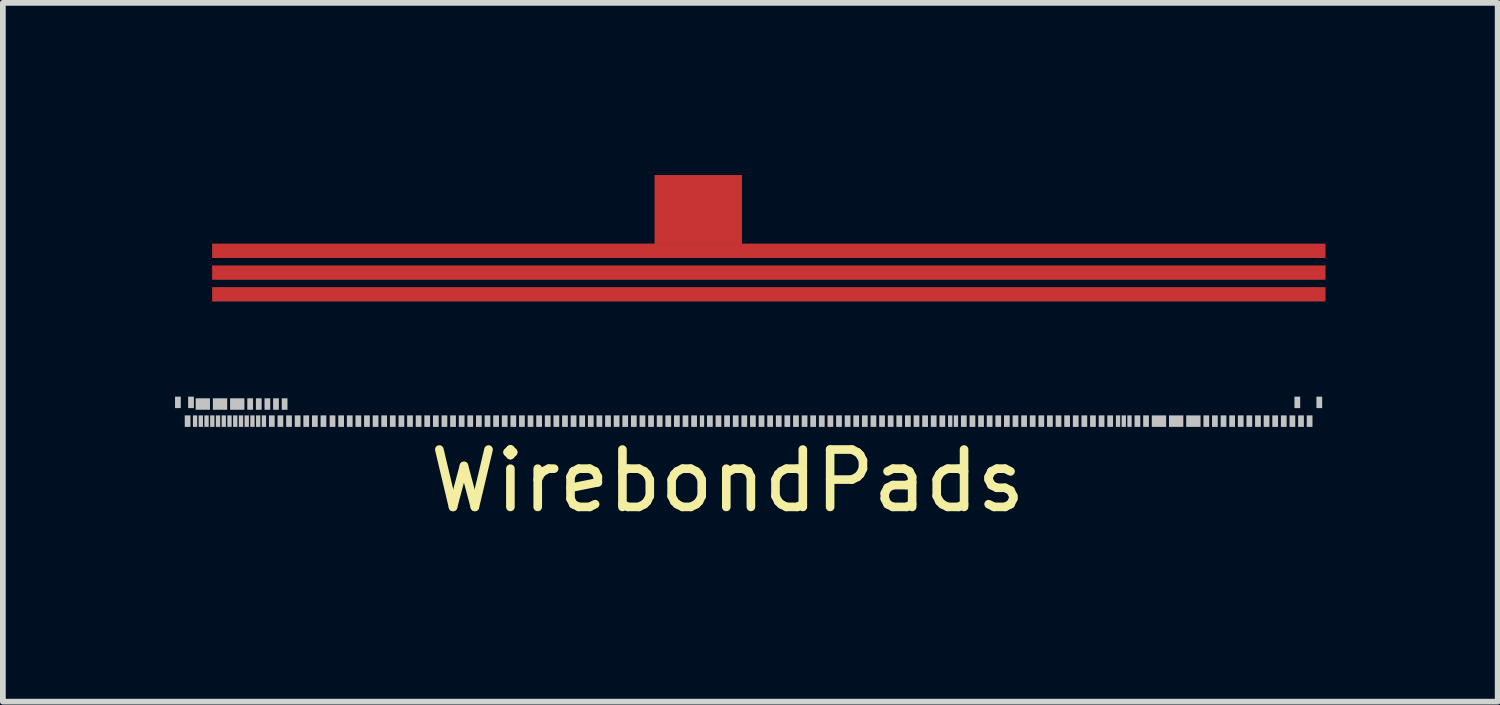
<source format=kicad_pcb>
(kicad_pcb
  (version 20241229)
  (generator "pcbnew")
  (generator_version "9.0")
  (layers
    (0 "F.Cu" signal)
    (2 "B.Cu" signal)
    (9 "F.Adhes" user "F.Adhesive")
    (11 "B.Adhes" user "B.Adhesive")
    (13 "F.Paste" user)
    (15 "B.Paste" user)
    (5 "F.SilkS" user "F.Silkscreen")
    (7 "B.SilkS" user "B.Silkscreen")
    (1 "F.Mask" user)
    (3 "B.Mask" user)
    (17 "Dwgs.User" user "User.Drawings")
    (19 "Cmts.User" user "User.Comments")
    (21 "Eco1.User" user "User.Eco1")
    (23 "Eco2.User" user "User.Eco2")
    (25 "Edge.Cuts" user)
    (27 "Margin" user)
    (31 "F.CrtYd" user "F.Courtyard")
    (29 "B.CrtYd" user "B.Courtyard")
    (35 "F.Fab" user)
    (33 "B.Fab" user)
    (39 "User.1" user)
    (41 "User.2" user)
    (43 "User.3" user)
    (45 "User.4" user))
  (footprint "WirebondPads"
    (layer "F.Cu")
    (at 0.9 1.24)
    (property "Reference" "WirebondPads" (at 8.729 4.088 0) (layer "F.SilkS") (effects (font (size 1 1) (thickness 0.15))))
    (attr through_hole)
    (pad "" smd rect (at -0.85 2.721) (size 0.1 0.2) (layers "Dwgs.User"))
    (pad "" smd rect (at -0.681 3.048) (size 0.1 0.2) (layers "Dwgs.User"))
    (pad "" smd rect (at -0.622 2.721) (size 0.1 0.2) (layers "Dwgs.User"))
    (pad "" smd rect (at -0.551 3.048) (size 0.075 0.2) (layers "Dwgs.User"))
    (pad "" smd rect (at -0.451 3.048) (size 0.075 0.2) (layers "Dwgs.User"))
    (pad "" smd rect (at -0.416 2.75) (size 0.25 0.2) (layers "Dwgs.User"))
    (pad "" smd rect (at -0.351 3.048) (size 0.075 0.2) (layers "Dwgs.User"))
    (pad "" smd rect (at -0.251 3.048) (size 0.075 0.2) (layers "Dwgs.User"))
    (pad "" smd rect (at -0.151 3.048) (size 0.075 0.2) (layers "Dwgs.User"))
    (pad "" smd rect (at -0.116 2.75) (size 0.25 0.2) (layers "Dwgs.User"))
    (pad "" smd rect (at -0.051 3.048) (size 0.075 0.2) (layers "Dwgs.User"))
    (pad "" smd rect (at 0.049 3.048) (size 0.075 0.2) (layers "Dwgs.User"))
    (pad "" smd rect (at 0.149 3.048) (size 0.075 0.2) (layers "Dwgs.User"))
    (pad "" smd rect (at 0.184 2.75) (size 0.25 0.2) (layers "Dwgs.User"))
    (pad "" smd rect (at 0.249 3.048) (size 0.075 0.2) (layers "Dwgs.User"))
    (pad "" smd rect (at 0.349 3.048) (size 0.075 0.2) (layers "Dwgs.User"))
    (pad "" smd rect (at 0.409 2.75) (size 0.1 0.2) (layers "Dwgs.User"))
    (pad "" smd rect (at 0.449 3.048) (size 0.075 0.2) (layers "Dwgs.User"))
    (pad "" smd rect (at 0.549 3.048) (size 0.075 0.2) (layers "Dwgs.User"))
    (pad "" smd rect (at 0.559 2.75) (size 0.1 0.2) (layers "Dwgs.User"))
    (pad "" smd rect (at 0.649 3.048) (size 0.075 0.2) (layers "Dwgs.User"))
    (pad "" smd rect (at 0.709 2.75) (size 0.1 0.2) (layers "Dwgs.User"))
    (pad "" smd rect (at 0.786 3.048) (size 0.1 0.2) (layers "Dwgs.User"))
    (pad "" smd rect (at 0.859 2.75) (size 0.1 0.2) (layers "Dwgs.User"))
    (pad "" smd rect (at 0.936 3.048) (size 0.1 0.2) (layers "Dwgs.User"))
    (pad "" smd rect (at 1.009 2.75) (size 0.1 0.2) (layers "Dwgs.User"))
    (pad "" smd rect (at 1.086 3.048) (size 0.1 0.2) (layers "Dwgs.User"))
    (pad "" smd rect (at 1.236 3.048) (size 0.1 0.2) (layers "Dwgs.User"))
    (pad "" smd rect (at 1.386 3.048) (size 0.1 0.2) (layers "Dwgs.User"))
    (pad "" smd rect (at 1.536 3.048) (size 0.1 0.2) (layers "Dwgs.User"))
    (pad "" smd rect (at 1.686 3.048) (size 0.1 0.2) (layers "Dwgs.User"))
    (pad "" smd rect (at 1.844 3.048) (size 0.1 0.2) (layers "Dwgs.User"))
    (pad "" smd rect (at 1.994 3.048) (size 0.1 0.2) (layers "Dwgs.User"))
    (pad "" smd rect (at 2.144 3.048) (size 0.1 0.2) (layers "Dwgs.User"))
    (pad "" smd rect (at 2.294 3.048) (size 0.1 0.2) (layers "Dwgs.User"))
    (pad "" smd rect (at 2.444 3.048) (size 0.1 0.2) (layers "Dwgs.User"))
    (pad "" smd rect (at 2.594 3.048) (size 0.1 0.2) (layers "Dwgs.User"))
    (pad "" smd rect (at 2.744 3.048) (size 0.1 0.2) (layers "Dwgs.User"))
    (pad "" smd rect (at 2.894 3.048) (size 0.1 0.2) (layers "Dwgs.User"))
    (pad "" smd rect (at 3.044 3.048) (size 0.1 0.2) (layers "Dwgs.User"))
    (pad "" smd rect (at 3.194 3.048) (size 0.1 0.2) (layers "Dwgs.User"))
    (pad "" smd rect (at 3.344 3.048) (size 0.1 0.2) (layers "Dwgs.User"))
    (pad "" smd rect (at 3.494 3.048) (size 0.1 0.2) (layers "Dwgs.User"))
    (pad "" smd rect (at 3.644 3.048) (size 0.1 0.2) (layers "Dwgs.User"))
    (pad "" smd rect (at 3.794 3.048) (size 0.1 0.2) (layers "Dwgs.User"))
    (pad "" smd rect (at 3.944 3.048) (size 0.1 0.2) (layers "Dwgs.User"))
    (pad "" smd rect (at 4.094 3.048) (size 0.1 0.2) (layers "Dwgs.User"))
    (pad "" smd rect (at 4.244 3.048) (size 0.1 0.2) (layers "Dwgs.User"))
    (pad "" smd rect (at 4.394 3.048) (size 0.1 0.2) (layers "Dwgs.User"))
    (pad "" smd rect (at 4.544 3.048) (size 0.1 0.2) (layers "Dwgs.User"))
    (pad "" smd rect (at 4.694 3.048) (size 0.1 0.2) (layers "Dwgs.User"))
    (pad "" smd rect (at 4.844 3.048) (size 0.1 0.2) (layers "Dwgs.User"))
    (pad "" smd rect (at 4.994 3.048) (size 0.1 0.2) (layers "Dwgs.User"))
    (pad "" smd rect (at 5.144 3.048) (size 0.1 0.2) (layers "Dwgs.User"))
    (pad "" smd rect (at 5.294 3.048) (size 0.1 0.2) (layers "Dwgs.User"))
    (pad "" smd rect (at 5.444 3.048) (size 0.1 0.2) (layers "Dwgs.User"))
    (pad "" smd rect (at 5.594 3.048) (size 0.1 0.2) (layers "Dwgs.User"))
    (pad "" smd rect (at 5.744 3.048) (size 0.1 0.2) (layers "Dwgs.User"))
    (pad "" smd rect (at 5.894 3.048) (size 0.1 0.2) (layers "Dwgs.User"))
    (pad "" smd rect (at 6.044 3.048) (size 0.1 0.2) (layers "Dwgs.User"))
    (pad "" smd rect (at 6.194 3.048) (size 0.1 0.2) (layers "Dwgs.User"))
    (pad "" smd rect (at 6.344 3.048) (size 0.1 0.2) (layers "Dwgs.User"))
    (pad "" smd rect (at 6.494 3.048) (size 0.1 0.2) (layers "Dwgs.User"))
    (pad "" smd rect (at 6.644 3.048) (size 0.1 0.2) (layers "Dwgs.User"))
    (pad "" smd rect (at 6.794 3.048) (size 0.1 0.2) (layers "Dwgs.User"))
    (pad "" smd rect (at 6.944 3.048) (size 0.1 0.2) (layers "Dwgs.User"))
    (pad "" smd rect (at 7.094 3.048) (size 0.1 0.2) (layers "Dwgs.User"))
    (pad "" smd rect (at 7.244 3.048) (size 0.1 0.2) (layers "Dwgs.User"))
    (pad "" smd rect (at 7.394 3.048) (size 0.1 0.2) (layers "Dwgs.User"))
    (pad "" smd rect (at 7.544 3.048) (size 0.1 0.2) (layers "Dwgs.User"))
    (pad "" smd rect (at 7.694 3.048) (size 0.1 0.2) (layers "Dwgs.User"))
    (pad "" smd rect (at 7.844 3.048) (size 0.1 0.2) (layers "Dwgs.User"))
    (pad "" smd rect (at 7.994 3.048) (size 0.1 0.2) (layers "Dwgs.User"))
    (pad "" smd rect (at 8.144 3.048) (size 0.1 0.2) (layers "Dwgs.User"))
    (pad "" smd rect (at 8.282 3.048) (size 0.075 0.2) (layers "Dwgs.User"))
    (pad "" smd rect (at 8.419 3.048) (size 0.1 0.2) (layers "Dwgs.User"))
    (pad "" smd rect (at 8.569 3.048) (size 0.1 0.2) (layers "Dwgs.User"))
    (pad "" smd rect (at 8.719 3.048) (size 0.1 0.2) (layers "Dwgs.User"))
    (pad "" smd rect (at 8.869 3.048) (size 0.1 0.2) (layers "Dwgs.User"))
    (pad "" smd rect (at 9.019 3.048) (size 0.1 0.2) (layers "Dwgs.User"))
    (pad "" smd rect (at 9.169 3.048) (size 0.1 0.2) (layers "Dwgs.User"))
    (pad "" smd rect (at 9.319 3.048) (size 0.1 0.2) (layers "Dwgs.User"))
    (pad "" smd rect (at 9.469 3.048) (size 0.1 0.2) (layers "Dwgs.User"))
    (pad "" smd rect (at 9.619 3.048) (size 0.1 0.2) (layers "Dwgs.User"))
    (pad "" smd rect (at 9.769 3.048) (size 0.1 0.2) (layers "Dwgs.User"))
    (pad "" smd rect (at 9.919 3.048) (size 0.1 0.2) (layers "Dwgs.User"))
    (pad "" smd rect (at 10.069 3.048) (size 0.1 0.2) (layers "Dwgs.User"))
    (pad "" smd rect (at 10.219 3.048) (size 0.1 0.2) (layers "Dwgs.User"))
    (pad "" smd rect (at 10.369 3.048) (size 0.1 0.2) (layers "Dwgs.User"))
    (pad "" smd rect (at 10.519 3.048) (size 0.1 0.2) (layers "Dwgs.User"))
    (pad "" smd rect (at 10.669 3.048) (size 0.1 0.2) (layers "Dwgs.User"))
    (pad "" smd rect (at 10.819 3.048) (size 0.1 0.2) (layers "Dwgs.User"))
    (pad "" smd rect (at 10.969 3.048) (size 0.1 0.2) (layers "Dwgs.User"))
    (pad "" smd rect (at 11.119 3.048) (size 0.1 0.2) (layers "Dwgs.User"))
    (pad "" smd rect (at 11.269 3.048) (size 0.1 0.2) (layers "Dwgs.User"))
    (pad "" smd rect (at 11.419 3.048) (size 0.1 0.2) (layers "Dwgs.User"))
    (pad "" smd rect (at 11.569 3.048) (size 0.1 0.2) (layers "Dwgs.User"))
    (pad "" smd rect (at 11.719 3.048) (size 0.1 0.2) (layers "Dwgs.User"))
    (pad "" smd rect (at 11.869 3.048) (size 0.1 0.2) (layers "Dwgs.User"))
    (pad "" smd rect (at 12.019 3.048) (size 0.1 0.2) (layers "Dwgs.User"))
    (pad "" smd rect (at 12.169 3.048) (size 0.1 0.2) (layers "Dwgs.User"))
    (pad "" smd rect (at 12.319 3.048) (size 0.1 0.2) (layers "Dwgs.User"))
    (pad "" smd rect (at 12.469 3.048) (size 0.1 0.2) (layers "Dwgs.User"))
    (pad "" smd rect (at 12.607 3.048) (size 0.075 0.2) (layers "Dwgs.User"))
    (pad "" smd rect (at 12.707 3.048) (size 0.075 0.2) (layers "Dwgs.User"))
    (pad "" smd rect (at 12.844 3.048) (size 0.1 0.2) (layers "Dwgs.User"))
    (pad "" smd rect (at 12.994 3.048) (size 0.1 0.2) (layers "Dwgs.User"))
    (pad "" smd rect (at 13.144 3.048) (size 0.1 0.2) (layers "Dwgs.User"))
    (pad "" smd rect (at 13.294 3.048) (size 0.1 0.2) (layers "Dwgs.User"))
    (pad "" smd rect (at 13.444 3.048) (size 0.1 0.2) (layers "Dwgs.User"))
    (pad "" smd rect (at 13.594 3.048) (size 0.1 0.2) (layers "Dwgs.User"))
    (pad "" smd rect (at 13.744 3.048) (size 0.1 0.2) (layers "Dwgs.User"))
    (pad "" smd rect (at 13.894 3.048) (size 0.1 0.2) (layers "Dwgs.User"))
    (pad "" smd rect (at 14.044 3.048) (size 0.1 0.2) (layers "Dwgs.User"))
    (pad "" smd rect (at 14.194 3.048) (size 0.1 0.2) (layers "Dwgs.User"))
    (pad "" smd rect (at 14.344 3.048) (size 0.1 0.2) (layers "Dwgs.User"))
    (pad "" smd rect (at 14.494 3.048) (size 0.1 0.2) (layers "Dwgs.User"))
    (pad "" smd rect (at 14.644 3.048) (size 0.1 0.2) (layers "Dwgs.User"))
    (pad "" smd rect (at 14.794 3.048) (size 0.1 0.2) (layers "Dwgs.User"))
    (pad "" smd rect (at 14.944 3.048) (size 0.1 0.2) (layers "Dwgs.User"))
    (pad "" smd rect (at 15.094 3.048) (size 0.1 0.2) (layers "Dwgs.User"))
    (pad "" smd rect (at 15.244 3.048) (size 0.1 0.2) (layers "Dwgs.User"))
    (pad "" smd rect (at 15.394 3.048) (size 0.1 0.2) (layers "Dwgs.User"))
    (pad "" smd rect (at 15.531 3.048) (size 0.075 0.2) (layers "Dwgs.User"))
    (pad "" smd rect (at 15.631 3.048) (size 0.075 0.2) (layers "Dwgs.User"))
    (pad "" smd rect (at 15.731 3.048) (size 0.075 0.2) (layers "Dwgs.User"))
    (pad "" smd rect (at 15.869 3.048) (size 0.1 0.2) (layers "Dwgs.User"))
    (pad "" smd rect (at 16.019 3.048) (size 0.1 0.2) (layers "Dwgs.User"))
    (pad "" smd rect (at 16.244 3.048) (size 0.25 0.2) (layers "Dwgs.User"))
    (pad "" smd rect (at 16.544 3.048) (size 0.25 0.2) (layers "Dwgs.User"))
    (pad "" smd rect (at 16.844 3.048) (size 0.25 0.2) (layers "Dwgs.User"))
    (pad "" smd rect (at 17.069 3.048) (size 0.1 0.2) (layers "Dwgs.User"))
    (pad "" smd rect (at 17.219 3.048) (size 0.1 0.2) (layers "Dwgs.User"))
    (pad "" smd rect (at 17.369 3.048) (size 0.1 0.2) (layers "Dwgs.User"))
    (pad "" smd rect (at 17.519 3.048) (size 0.1 0.2) (layers "Dwgs.User"))
    (pad "" smd rect (at 17.669 3.048) (size 0.1 0.2) (layers "Dwgs.User"))
    (pad "" smd rect (at 17.819 3.048) (size 0.1 0.2) (layers "Dwgs.User"))
    (pad "" smd rect (at 17.969 3.048) (size 0.1 0.2) (layers "Dwgs.User"))
    (pad "" smd rect (at 18.119 3.048) (size 0.1 0.2) (layers "Dwgs.User"))
    (pad "" smd rect (at 18.269 3.048) (size 0.1 0.2) (layers "Dwgs.User"))
    (pad "" smd rect (at 18.419 3.048) (size 0.1 0.2) (layers "Dwgs.User"))
    (pad "" smd rect (at 18.569 3.048) (size 0.1 0.2) (layers "Dwgs.User"))
    (pad "" smd rect (at 18.655 2.721) (size 0.1 0.2) (layers "Dwgs.User"))
    (pad "" smd rect (at 18.719 3.048) (size 0.1 0.2) (layers "Dwgs.User"))
    (pad "" smd rect (at 18.869 3.048) (size 0.1 0.2) (layers "Dwgs.User"))
    (pad "" smd rect (at 19.038 2.721) (size 0.1 0.2) (layers "Dwgs.User"))
    (pad "120" smd rect (at 9.446 0.838) (size 19.4 0.25) (layers "F.Cu" "F.Mask" "F.Paste"))
    (pad "B4" smd rect (at 9.446 0.46) (size 19.4 0.25) (layers "F.Cu" "F.Mask" "F.Paste"))
    (pad "B5" smd rect (at 8.217 -0.64) (size 1.524 1.2) (layers "F.Cu" "F.Mask" "F.Paste"))
    (pad "B5" smd rect (at 9.446 0.08) (size 19.4 0.25) (layers "F.Cu" "F.Mask" "F.Paste")))
  (gr_rect
    (start -3 -3)
    (end 23.046 9.176)
    (stroke (width 0.1) (type default))
    (fill no)
    (layer "Edge.Cuts")))
</source>
